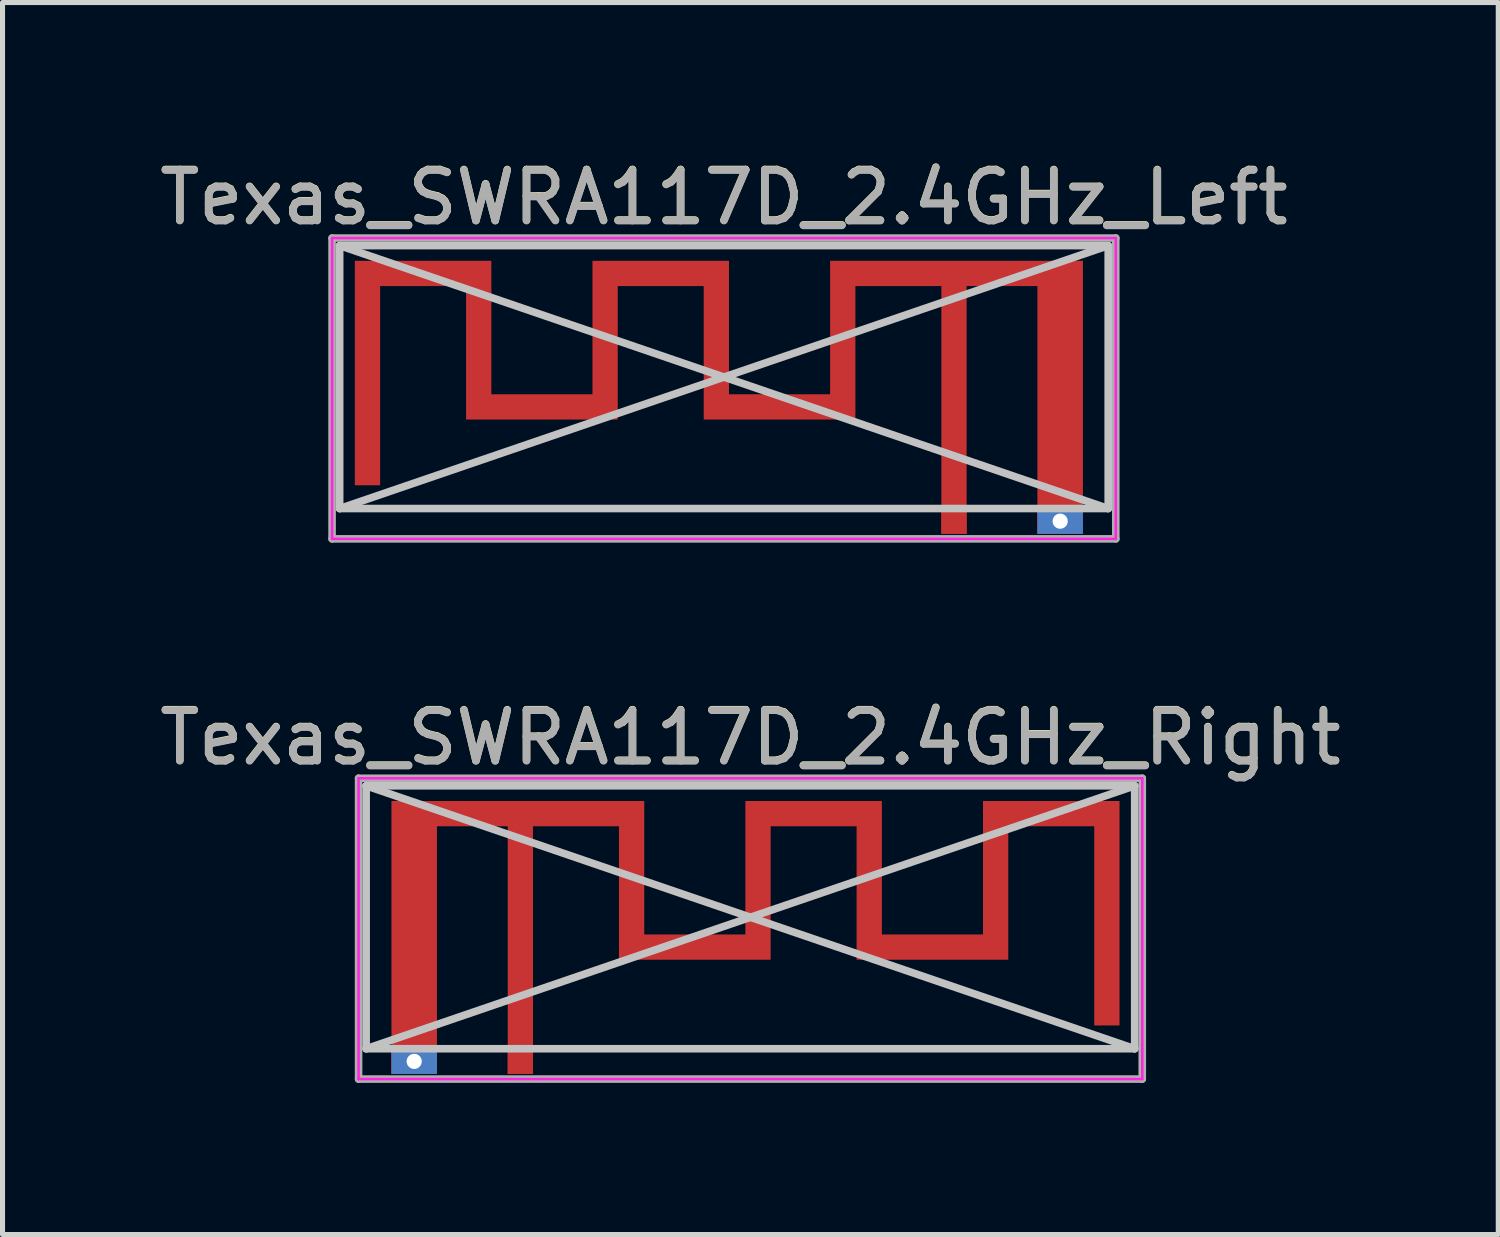
<source format=kicad_pcb>
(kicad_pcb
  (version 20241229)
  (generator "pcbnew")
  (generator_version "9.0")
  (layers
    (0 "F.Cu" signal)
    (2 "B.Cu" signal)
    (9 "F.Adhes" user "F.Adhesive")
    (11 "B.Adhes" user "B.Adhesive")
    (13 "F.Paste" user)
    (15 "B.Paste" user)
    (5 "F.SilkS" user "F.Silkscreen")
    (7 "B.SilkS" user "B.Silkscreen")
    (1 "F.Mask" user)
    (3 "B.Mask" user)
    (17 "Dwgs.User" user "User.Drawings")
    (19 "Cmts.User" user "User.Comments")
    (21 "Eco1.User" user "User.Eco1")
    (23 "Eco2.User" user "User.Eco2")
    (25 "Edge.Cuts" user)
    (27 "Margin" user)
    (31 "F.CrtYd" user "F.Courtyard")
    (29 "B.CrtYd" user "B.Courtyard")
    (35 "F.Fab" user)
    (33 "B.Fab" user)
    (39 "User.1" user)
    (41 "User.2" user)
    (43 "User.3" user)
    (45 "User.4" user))
  (footprint "Texas_SWRA117D_2.4GHz_Left"
    (layer "F.Cu")
    (at 15.818 7.258)
    (property "Reference" "Texas_SWRA117D_2.4GHz_Left" (at -4.55 -6.41 0) (layer "F.SilkS") (effects (font (size 1 1) (thickness 0.15))))
    (attr exclude_from_pos_files exclude_from_bom)
    (fp_poly (pts (xy -2.45 -2.51) (xy -4.45 -2.51) (xy -4.45 -5.15) (xy -7.15 -5.15) (xy -7.15 -2.51) (xy -9.15 -2.51) (xy -9.15 -5.15) (xy -11.85 -5.15) (xy -11.85 -0.71) (xy -11.35 -0.71) (xy -11.35 -4.65) (xy -9.65 -4.65) (xy -9.65 -2.01) (xy -6.65 -2.01) (xy -6.65 -4.65) (xy -4.95 -4.65) (xy -4.95 -2.01) (xy -1.95 -2.01) (xy -1.95 -4.65) (xy -0.25 -4.65) (xy -0.25 0.25) (xy 0.25 0.25) (xy 0.25 -4.65) (xy 1.65 -4.65) (xy 1.65 0.25) (xy 2.55 0.25) (xy 2.55 0.007) (xy 2.248 0.007) (xy 2.238 0.054) (xy 2.214 0.097) (xy 2.176 0.13) (xy 2.168 0.134) (xy 2.125 0.146) (xy 2.077 0.145) (xy 2.031 0.132) (xy 2.013 0.122) (xy 1.979 0.087) (xy 1.958 0.041) (xy 1.952 -0.008) (xy 1.96 -0.056) (xy 1.977 -0.089) (xy 2.012 -0.121) (xy 2.058 -0.141) (xy 2.107 -0.148) (xy 2.155 -0.14) (xy 2.188 -0.123) (xy 2.223 -0.086) (xy 2.243 -0.042) (xy 2.248 0.007) (xy 2.55 0.007) (xy 2.55 -5.15) (xy -2.45 -5.15) (xy -2.45 -2.51)) (stroke (width 0) (type solid)) (fill yes) (layer "F.Cu"))
    (fp_line (start -12.15 -0.25) (end -12.15 -5.45) (stroke (width 0.15) (type solid)) (layer "Dwgs.User"))
    (fp_line (start 3.05 -5.45) (end -12.15 -5.45) (stroke (width 0.15) (type solid)) (layer "Dwgs.User"))
    (fp_line (start 3.05 -5.45) (end -12.15 -0.25) (stroke (width 0.15) (type solid)) (layer "Dwgs.User"))
    (fp_line (start 3.05 -0.25) (end -12.15 -5.45) (stroke (width 0.15) (type solid)) (layer "Dwgs.User"))
    (fp_line (start 3.05 -0.25) (end -12.15 -0.25) (stroke (width 0.15) (type solid)) (layer "Dwgs.User"))
    (fp_line (start 3.05 -0.25) (end 3.05 -5.45) (stroke (width 0.15) (type solid)) (layer "Dwgs.User"))
    (fp_line (start -12.3 -5.6) (end -12.3 0.35) (stroke (width 0.05) (type solid)) (layer "F.CrtYd"))
    (fp_line (start -12.3 0.35) (end 3.2 0.35) (stroke (width 0.05) (type solid)) (layer "F.CrtYd"))
    (fp_line (start 3.2 -5.6) (end -12.3 -5.6) (stroke (width 0.05) (type solid)) (layer "F.CrtYd"))
    (fp_line (start 3.2 0.35) (end 3.2 -5.6) (stroke (width 0.05) (type solid)) (layer "F.CrtYd"))
    (fp_line (start -12.3 -5.6) (end -12.3 0.35) (stroke (width 0.15) (type solid)) (layer "F.Fab"))
    (fp_line (start -12.3 0.35) (end 3.2 0.35) (stroke (width 0.15) (type solid)) (layer "F.Fab"))
    (fp_line (start 3.2 -5.6) (end -12.3 -5.6) (stroke (width 0.15) (type solid)) (layer "F.Fab"))
    (fp_line (start 3.2 0.35) (end 3.2 -5.6) (stroke (width 0.15) (type solid)) (layer "F.Fab"))
    (fp_text user "${REFERENCE}" (at -4.55 -6.4 0) (layer "F.Fab") (effects (font (size 1 1) (thickness 0.15))))
    (pad "1" connect rect (at 0 0) (size 0.5 0.5) (layers "F.Cu"))
    (pad "2" thru_hole rect (at 2.1 0) (size 0.9 0.5) (drill 0.3) (layers "*.Cu")))
  (footprint "Texas_SWRA117D_2.4GHz_Right"
    (layer "F.Cu")
    (at 7.242 17.942)
    (property "Reference" "Texas_SWRA117D_2.4GHz_Right" (at 4.55 -6.41 0) (layer "F.SilkS") (effects (font (size 1 1) (thickness 0.15))))
    (attr exclude_from_pos_files exclude_from_bom)
    (fp_poly (pts (xy 2.45 -2.51) (xy 4.45 -2.51) (xy 4.45 -5.15) (xy 7.15 -5.15) (xy 7.15 -2.51) (xy 9.15 -2.51) (xy 9.15 -5.15) (xy 11.85 -5.15) (xy 11.85 -0.71) (xy 11.35 -0.71) (xy 11.35 -4.65) (xy 9.65 -4.65) (xy 9.65 -2.01) (xy 6.65 -2.01) (xy 6.65 -4.65) (xy 4.95 -4.65) (xy 4.95 -2.01) (xy 1.95 -2.01) (xy 1.95 -4.65) (xy 0.25 -4.65) (xy 0.25 0.25) (xy -0.25 0.25) (xy -0.25 -4.65) (xy -1.65 -4.65) (xy -1.65 0.25) (xy -2.55 0.25) (xy -2.55 0.007) (xy -2.248 0.007) (xy -2.238 0.054) (xy -2.214 0.097) (xy -2.176 0.13) (xy -2.168 0.134) (xy -2.125 0.146) (xy -2.077 0.145) (xy -2.031 0.132) (xy -2.013 0.122) (xy -1.979 0.087) (xy -1.958 0.041) (xy -1.952 -0.008) (xy -1.96 -0.056) (xy -1.977 -0.089) (xy -2.012 -0.121) (xy -2.058 -0.141) (xy -2.107 -0.148) (xy -2.155 -0.14) (xy -2.188 -0.123) (xy -2.223 -0.086) (xy -2.243 -0.042) (xy -2.248 0.007) (xy -2.55 0.007) (xy -2.55 -5.15) (xy 2.45 -5.15) (xy 2.45 -2.51)) (stroke (width 0) (type solid)) (fill yes) (layer "F.Cu"))
    (fp_line (start -3.05 -5.45) (end 12.15 -5.45) (stroke (width 0.15) (type solid)) (layer "Dwgs.User"))
    (fp_line (start -3.05 -5.45) (end 12.15 -0.25) (stroke (width 0.15) (type solid)) (layer "Dwgs.User"))
    (fp_line (start -3.05 -0.25) (end -3.05 -5.45) (stroke (width 0.15) (type solid)) (layer "Dwgs.User"))
    (fp_line (start -3.05 -0.25) (end 12.15 -5.45) (stroke (width 0.15) (type solid)) (layer "Dwgs.User"))
    (fp_line (start -3.05 -0.25) (end 12.15 -0.25) (stroke (width 0.15) (type solid)) (layer "Dwgs.User"))
    (fp_line (start 12.15 -0.25) (end 12.15 -5.45) (stroke (width 0.15) (type solid)) (layer "Dwgs.User"))
    (fp_line (start -3.2 -5.6) (end 12.3 -5.6) (stroke (width 0.05) (type solid)) (layer "F.CrtYd"))
    (fp_line (start -3.2 0.35) (end -3.2 -5.6) (stroke (width 0.05) (type solid)) (layer "F.CrtYd"))
    (fp_line (start 12.3 -5.6) (end 12.3 0.35) (stroke (width 0.05) (type solid)) (layer "F.CrtYd"))
    (fp_line (start 12.3 0.35) (end -3.2 0.35) (stroke (width 0.05) (type solid)) (layer "F.CrtYd"))
    (fp_line (start -3.2 -5.6) (end 12.3 -5.6) (stroke (width 0.15) (type solid)) (layer "F.Fab"))
    (fp_line (start -3.2 0.35) (end -3.2 -5.6) (stroke (width 0.15) (type solid)) (layer "F.Fab"))
    (fp_line (start 12.3 -5.6) (end 12.3 0.35) (stroke (width 0.15) (type solid)) (layer "F.Fab"))
    (fp_line (start 12.3 0.35) (end -3.2 0.35) (stroke (width 0.15) (type solid)) (layer "F.Fab"))
    (fp_text user "${REFERENCE}" (at 4.55 -6.4 0) (layer "F.Fab") (effects (font (size 1 1) (thickness 0.15))))
    (pad "1" connect rect (at 0 0) (size 0.5 0.5) (layers "F.Cu"))
    (pad "2" thru_hole rect (at -2.1 0) (size 0.9 0.5) (drill 0.3) (layers "*.Cu")))
  (gr_rect
    (start -3 -3)
    (end 26.583 21.366)
    (stroke (width 0.1) (type default))
    (fill no)
    (layer "Edge.Cuts")))
</source>
